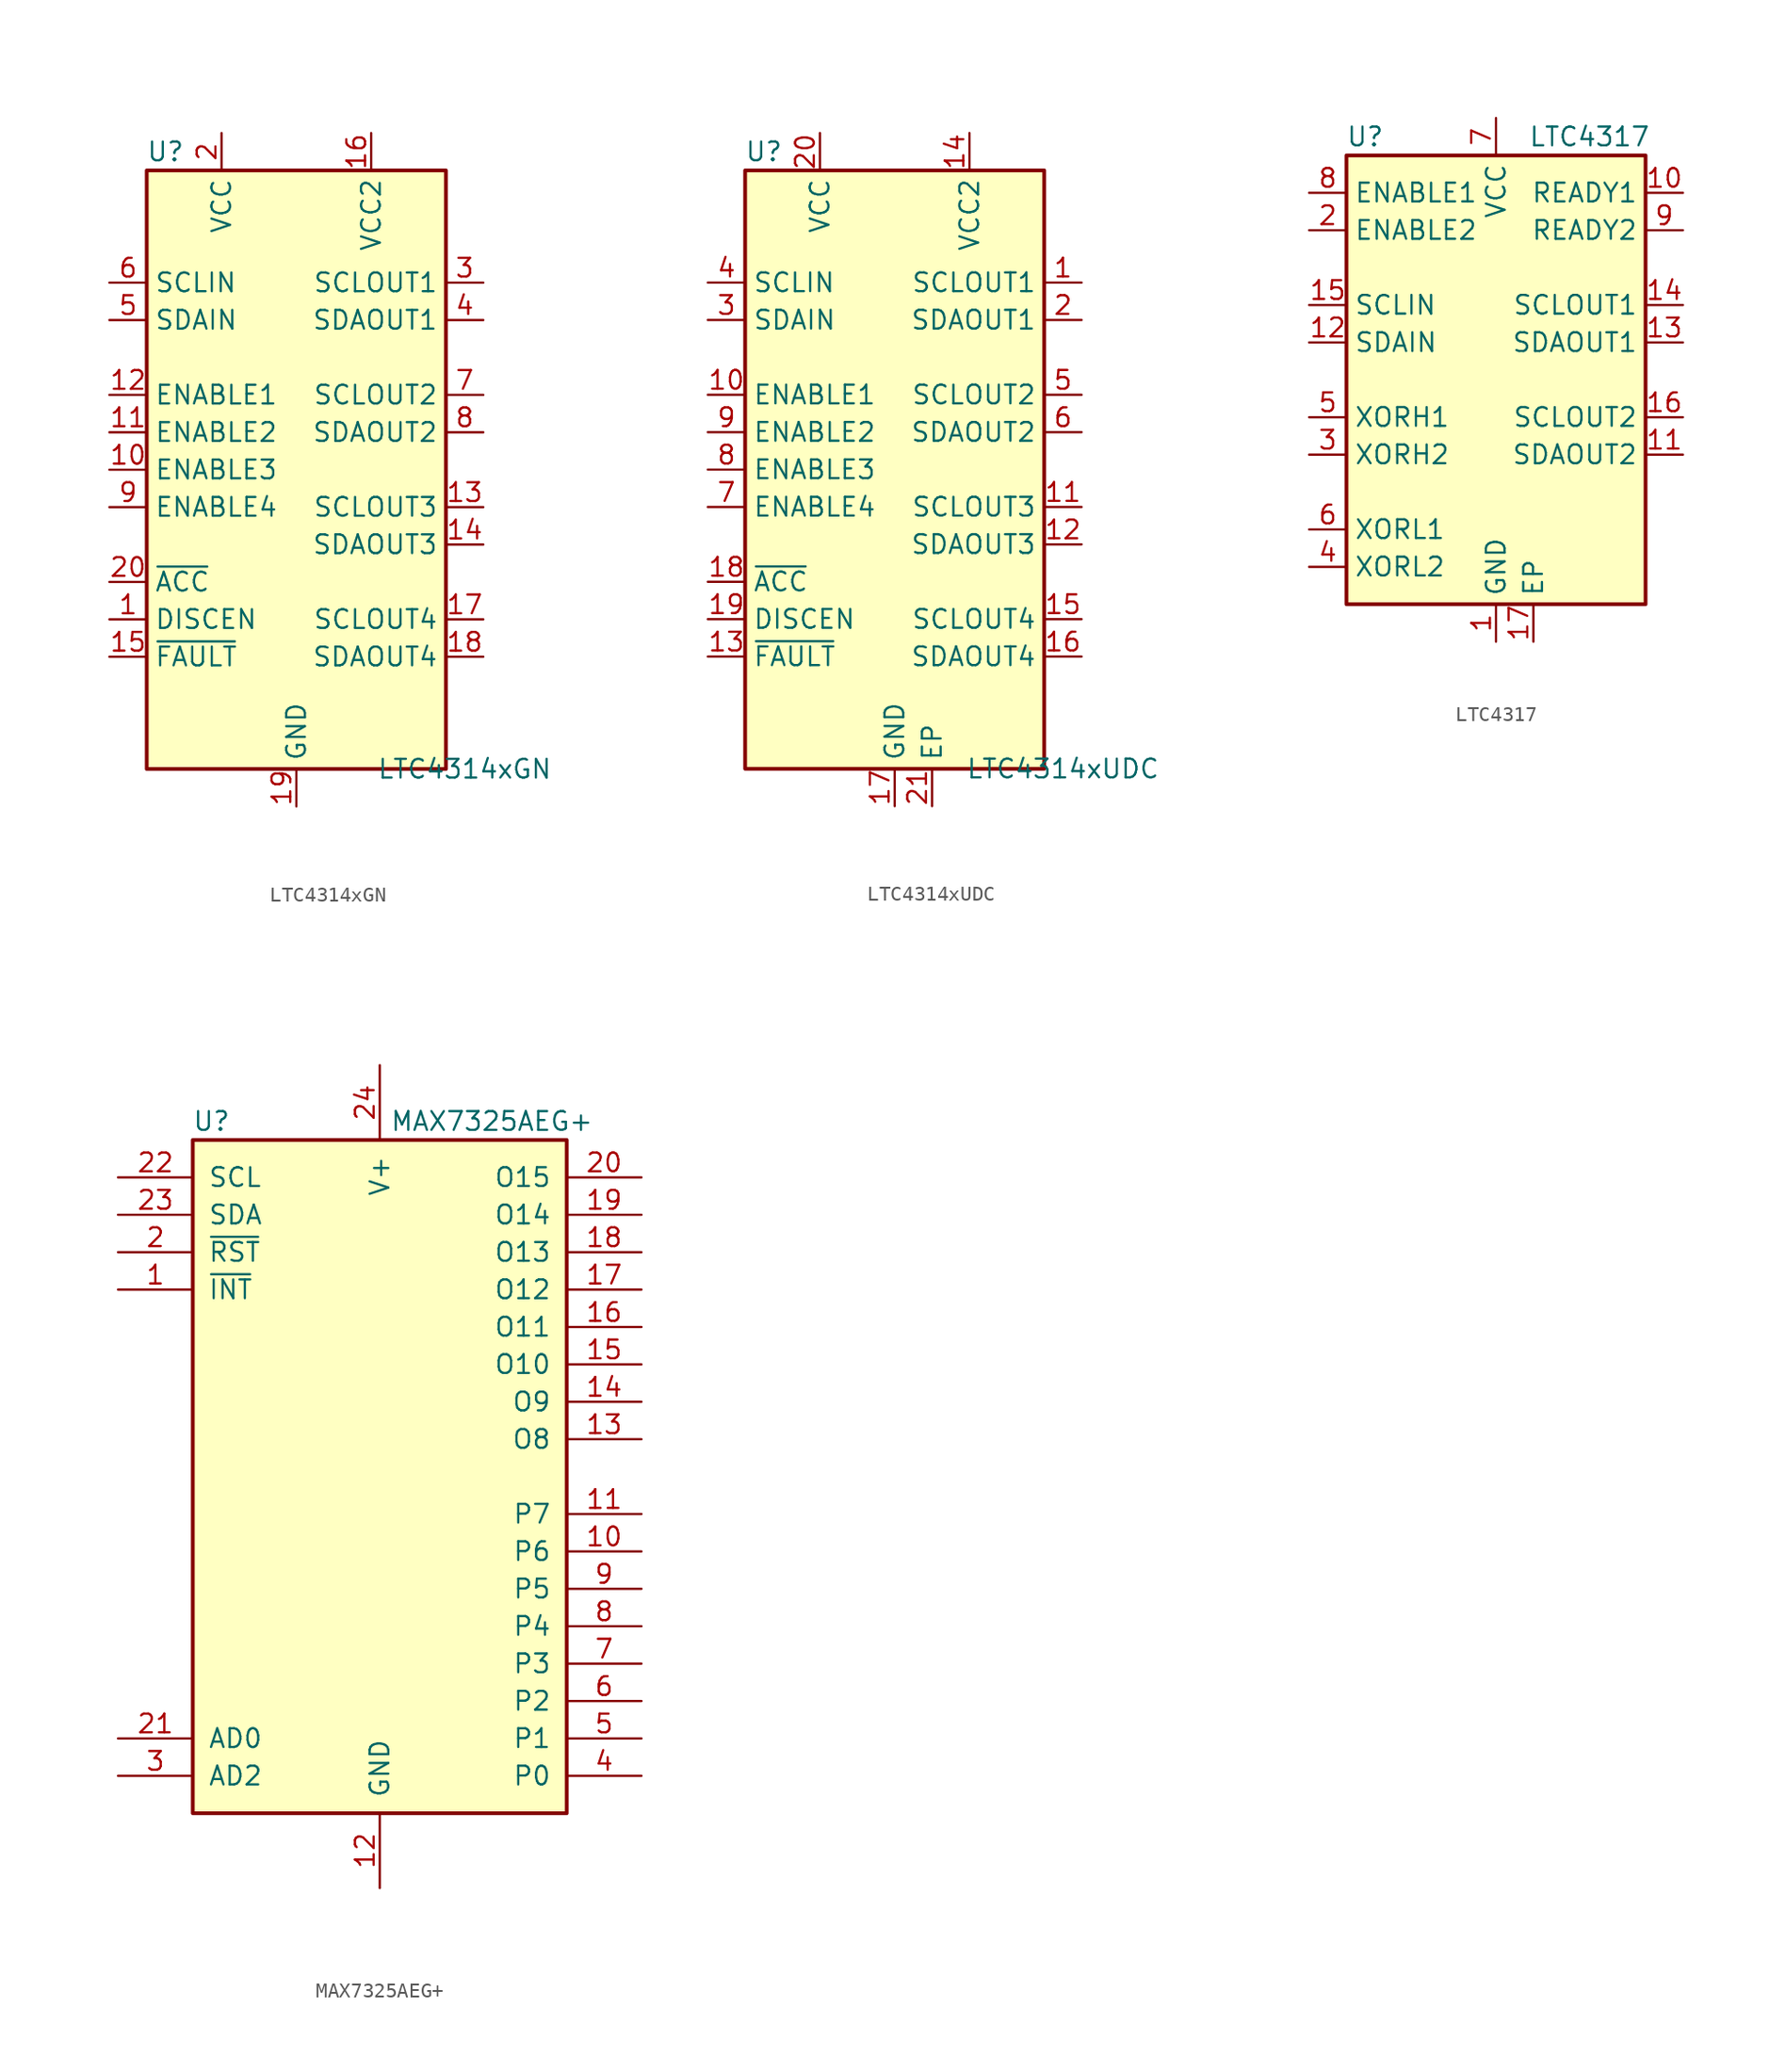
<source format=kicad_sym>
(kicad_symbol_lib
  (version 20201005)
  (generator kicad_symbol_editor)
  (symbol "Interface_Expansion:LTC4314xGN"
    (property "Reference" "U"
      (at -8.89 21.59 0)
      (effects (font (size 1.27 1.27))))
    (property "Value" "LTC4314xGN"
      (at 11.43 -20.32 0)
      (effects (font (size 1.27 1.27))))
    (symbol "LTC4314xGN_0_0"
      (pin bidirectional line (at 12.7 12.7 180) (length 2.54) (name "SCLOUT1" (effects (font (size 1.27 1.27)))) (number "3" (effects (font (size 1.27 1.27))))))
    (symbol "LTC4314xGN_0_1"
      (rectangle (start -10.16 20.32) (end 10.16 -20.32) (stroke (width 0.254)) (fill (type background))))
    (symbol "LTC4314xGN_1_1"
      (pin input line (at -12.7 -10.16 0) (length 2.54) (name "DISCEN" (effects (font (size 1.27 1.27)))) (number "1" (effects (font (size 1.27 1.27)))))
      (pin input line (at -12.7 0 0) (length 2.54) (name "ENABLE3" (effects (font (size 1.27 1.27)))) (number "10" (effects (font (size 1.27 1.27)))))
      (pin input line (at -12.7 2.54 0) (length 2.54) (name "ENABLE2" (effects (font (size 1.27 1.27)))) (number "11" (effects (font (size 1.27 1.27)))))
      (pin input line (at -12.7 5.08 0) (length 2.54) (name "ENABLE1" (effects (font (size 1.27 1.27)))) (number "12" (effects (font (size 1.27 1.27)))))
      (pin bidirectional line (at 12.7 -2.54 180) (length 2.54) (name "SCLOUT3" (effects (font (size 1.27 1.27)))) (number "13" (effects (font (size 1.27 1.27)))))
      (pin bidirectional line (at 12.7 -5.08 180) (length 2.54) (name "SDAOUT3" (effects (font (size 1.27 1.27)))) (number "14" (effects (font (size 1.27 1.27)))))
      (pin open_collector line (at -12.7 -12.7 0) (length 2.54) (name "~FAULT" (effects (font (size 1.27 1.27)))) (number "15" (effects (font (size 1.27 1.27)))))
      (pin power_in line (at 5.08 22.86 270) (length 2.54) (name "VCC2" (effects (font (size 1.27 1.27)))) (number "16" (effects (font (size 1.27 1.27)))))
      (pin bidirectional line (at 12.7 -10.16 180) (length 2.54) (name "SCLOUT4" (effects (font (size 1.27 1.27)))) (number "17" (effects (font (size 1.27 1.27)))))
      (pin bidirectional line (at 12.7 -12.7 180) (length 2.54) (name "SDAOUT4" (effects (font (size 1.27 1.27)))) (number "18" (effects (font (size 1.27 1.27)))))
      (pin power_in line (at 0 -22.86 90) (length 2.54) (name "GND" (effects (font (size 1.27 1.27)))) (number "19" (effects (font (size 1.27 1.27)))))
      (pin power_in line (at -5.08 22.86 270) (length 2.54) (name "VCC" (effects (font (size 1.27 1.27)))) (number "2" (effects (font (size 1.27 1.27)))))
      (pin input line (at -12.7 -7.62 0) (length 2.54) (name "~ACC" (effects (font (size 1.27 1.27)))) (number "20" (effects (font (size 1.27 1.27)))))
      (pin bidirectional line (at 12.7 10.16 180) (length 2.54) (name "SDAOUT1" (effects (font (size 1.27 1.27)))) (number "4" (effects (font (size 1.27 1.27)))))
      (pin bidirectional line (at -12.7 10.16 0) (length 2.54) (name "SDAIN" (effects (font (size 1.27 1.27)))) (number "5" (effects (font (size 1.27 1.27)))))
      (pin bidirectional line (at -12.7 12.7 0) (length 2.54) (name "SCLIN" (effects (font (size 1.27 1.27)))) (number "6" (effects (font (size 1.27 1.27)))))
      (pin bidirectional line (at 12.7 5.08 180) (length 2.54) (name "SCLOUT2" (effects (font (size 1.27 1.27)))) (number "7" (effects (font (size 1.27 1.27)))))
      (pin bidirectional line (at 12.7 2.54 180) (length 2.54) (name "SDAOUT2" (effects (font (size 1.27 1.27)))) (number "8" (effects (font (size 1.27 1.27)))))
      (pin input line (at -12.7 -2.54 0) (length 2.54) (name "ENABLE4" (effects (font (size 1.27 1.27)))) (number "9" (effects (font (size 1.27 1.27)))))))
  (symbol "Interface_Expansion:LTC4314xUDC"
    (property "Reference" "U"
      (at -8.89 21.59 0)
      (effects (font (size 1.27 1.27))))
    (property "Value" "LTC4314xUDC"
      (at 11.43 -20.32 0)
      (effects (font (size 1.27 1.27))))
    (symbol "LTC4314xUDC_0_0"
      (pin bidirectional line (at 12.7 12.7 180) (length 2.54) (name "SCLOUT1" (effects (font (size 1.27 1.27)))) (number "1" (effects (font (size 1.27 1.27))))))
    (symbol "LTC4314xUDC_0_1"
      (rectangle (start -10.16 20.32) (end 10.16 -20.32) (stroke (width 0.254)) (fill (type background))))
    (symbol "LTC4314xUDC_1_1"
      (pin input line (at -12.7 5.08 0) (length 2.54) (name "ENABLE1" (effects (font (size 1.27 1.27)))) (number "10" (effects (font (size 1.27 1.27)))))
      (pin bidirectional line (at 12.7 -2.54 180) (length 2.54) (name "SCLOUT3" (effects (font (size 1.27 1.27)))) (number "11" (effects (font (size 1.27 1.27)))))
      (pin bidirectional line (at 12.7 -5.08 180) (length 2.54) (name "SDAOUT3" (effects (font (size 1.27 1.27)))) (number "12" (effects (font (size 1.27 1.27)))))
      (pin open_collector line (at -12.7 -12.7 0) (length 2.54) (name "~FAULT" (effects (font (size 1.27 1.27)))) (number "13" (effects (font (size 1.27 1.27)))))
      (pin power_in line (at 5.08 22.86 270) (length 2.54) (name "VCC2" (effects (font (size 1.27 1.27)))) (number "14" (effects (font (size 1.27 1.27)))))
      (pin bidirectional line (at 12.7 -10.16 180) (length 2.54) (name "SCLOUT4" (effects (font (size 1.27 1.27)))) (number "15" (effects (font (size 1.27 1.27)))))
      (pin bidirectional line (at 12.7 -12.7 180) (length 2.54) (name "SDAOUT4" (effects (font (size 1.27 1.27)))) (number "16" (effects (font (size 1.27 1.27)))))
      (pin power_in line (at 0 -22.86 90) (length 2.54) (name "GND" (effects (font (size 1.27 1.27)))) (number "17" (effects (font (size 1.27 1.27)))))
      (pin input line (at -12.7 -7.62 0) (length 2.54) (name "~ACC" (effects (font (size 1.27 1.27)))) (number "18" (effects (font (size 1.27 1.27)))))
      (pin input line (at -12.7 -10.16 0) (length 2.54) (name "DISCEN" (effects (font (size 1.27 1.27)))) (number "19" (effects (font (size 1.27 1.27)))))
      (pin bidirectional line (at 12.7 10.16 180) (length 2.54) (name "SDAOUT1" (effects (font (size 1.27 1.27)))) (number "2" (effects (font (size 1.27 1.27)))))
      (pin power_in line (at -5.08 22.86 270) (length 2.54) (name "VCC" (effects (font (size 1.27 1.27)))) (number "20" (effects (font (size 1.27 1.27)))))
      (pin passive line (at 2.54 -22.86 90) (length 2.54) (name "EP" (effects (font (size 1.27 1.27)))) (number "21" (effects (font (size 1.27 1.27)))))
      (pin bidirectional line (at -12.7 10.16 0) (length 2.54) (name "SDAIN" (effects (font (size 1.27 1.27)))) (number "3" (effects (font (size 1.27 1.27)))))
      (pin bidirectional line (at -12.7 12.7 0) (length 2.54) (name "SCLIN" (effects (font (size 1.27 1.27)))) (number "4" (effects (font (size 1.27 1.27)))))
      (pin bidirectional line (at 12.7 5.08 180) (length 2.54) (name "SCLOUT2" (effects (font (size 1.27 1.27)))) (number "5" (effects (font (size 1.27 1.27)))))
      (pin bidirectional line (at 12.7 2.54 180) (length 2.54) (name "SDAOUT2" (effects (font (size 1.27 1.27)))) (number "6" (effects (font (size 1.27 1.27)))))
      (pin input line (at -12.7 -2.54 0) (length 2.54) (name "ENABLE4" (effects (font (size 1.27 1.27)))) (number "7" (effects (font (size 1.27 1.27)))))
      (pin input line (at -12.7 0 0) (length 2.54) (name "ENABLE3" (effects (font (size 1.27 1.27)))) (number "8" (effects (font (size 1.27 1.27)))))
      (pin input line (at -12.7 2.54 0) (length 2.54) (name "ENABLE2" (effects (font (size 1.27 1.27)))) (number "9" (effects (font (size 1.27 1.27)))))))
  (symbol "Interface_Expansion:LTC4317"
    (property "Reference" "U"
      (at -8.89 16.51 0)
      (effects (font (size 1.27 1.27))))
    (property "Value" "LTC4317"
      (at 6.35 16.51 0)
      (effects (font (size 1.27 1.27))))
    (symbol "LTC4317_0_1"
      (rectangle (start -10.16 15.24) (end 10.16 -15.24) (stroke (width 0.254)) (fill (type background))))
    (symbol "LTC4317_1_1"
      (pin power_in line (at 0 -17.78 90) (length 2.54) (name "GND" (effects (font (size 1.27 1.27)))) (number "1" (effects (font (size 1.27 1.27)))))
      (pin open_collector line (at 12.7 12.7 180) (length 2.54) (name "READY1" (effects (font (size 1.27 1.27)))) (number "10" (effects (font (size 1.27 1.27)))))
      (pin bidirectional line (at 12.7 -5.08 180) (length 2.54) (name "SDAOUT2" (effects (font (size 1.27 1.27)))) (number "11" (effects (font (size 1.27 1.27)))))
      (pin bidirectional line (at -12.7 2.54 0) (length 2.54) (name "SDAIN" (effects (font (size 1.27 1.27)))) (number "12" (effects (font (size 1.27 1.27)))))
      (pin bidirectional line (at 12.7 2.54 180) (length 2.54) (name "SDAOUT1" (effects (font (size 1.27 1.27)))) (number "13" (effects (font (size 1.27 1.27)))))
      (pin output line (at 12.7 5.08 180) (length 2.54) (name "SCLOUT1" (effects (font (size 1.27 1.27)))) (number "14" (effects (font (size 1.27 1.27)))))
      (pin input line (at -12.7 5.08 0) (length 2.54) (name "SCLIN" (effects (font (size 1.27 1.27)))) (number "15" (effects (font (size 1.27 1.27)))))
      (pin output line (at 12.7 -2.54 180) (length 2.54) (name "SCLOUT2" (effects (font (size 1.27 1.27)))) (number "16" (effects (font (size 1.27 1.27)))))
      (pin passive line (at 2.54 -17.78 90) (length 2.54) (name "EP" (effects (font (size 1.27 1.27)))) (number "17" (effects (font (size 1.27 1.27)))))
      (pin input line (at -12.7 10.16 0) (length 2.54) (name "ENABLE2" (effects (font (size 1.27 1.27)))) (number "2" (effects (font (size 1.27 1.27)))))
      (pin input line (at -12.7 -5.08 0) (length 2.54) (name "XORH2" (effects (font (size 1.27 1.27)))) (number "3" (effects (font (size 1.27 1.27)))))
      (pin input line (at -12.7 -12.7 0) (length 2.54) (name "XORL2" (effects (font (size 1.27 1.27)))) (number "4" (effects (font (size 1.27 1.27)))))
      (pin input line (at -12.7 -2.54 0) (length 2.54) (name "XORH1" (effects (font (size 1.27 1.27)))) (number "5" (effects (font (size 1.27 1.27)))))
      (pin input line (at -12.7 -10.16 0) (length 2.54) (name "XORL1" (effects (font (size 1.27 1.27)))) (number "6" (effects (font (size 1.27 1.27)))))
      (pin power_in line (at 0 17.78 270) (length 2.54) (name "VCC" (effects (font (size 1.27 1.27)))) (number "7" (effects (font (size 1.27 1.27)))))
      (pin input line (at -12.7 12.7 0) (length 2.54) (name "ENABLE1" (effects (font (size 1.27 1.27)))) (number "8" (effects (font (size 1.27 1.27)))))
      (pin open_collector line (at 12.7 10.16 180) (length 2.54) (name "READY2" (effects (font (size 1.27 1.27)))) (number "9" (effects (font (size 1.27 1.27)))))))
  (symbol "Interface_Expansion:MAX7325AEG+"
    (pin_names
      (offset 1.016))
    (property "Reference" "U"
      (at -11.43 24.13 0)
      (effects (font (size 1.27 1.27))))
    (property "Value" "MAX7325AEG+"
      (at 7.62 24.13 0)
      (effects (font (size 1.27 1.27))))
    (symbol "MAX7325AEG+_0_1"
      (rectangle (start -12.7 22.86) (end 12.7 -22.86) (stroke (width 0.254)) (fill (type background))))
    (symbol "MAX7325AEG+_1_1"
      (pin open_collector line (at -17.78 12.7 0) (length 5.08) (name "~INT" (effects (font (size 1.27 1.27)))) (number "1" (effects (font (size 1.27 1.27)))))
      (pin bidirectional line (at 17.78 -5.08 180) (length 5.08) (name "P6" (effects (font (size 1.27 1.27)))) (number "10" (effects (font (size 1.27 1.27)))))
      (pin bidirectional line (at 17.78 -2.54 180) (length 5.08) (name "P7" (effects (font (size 1.27 1.27)))) (number "11" (effects (font (size 1.27 1.27)))))
      (pin power_in line (at 0 -27.94 90) (length 5.08) (name "GND" (effects (font (size 1.27 1.27)))) (number "12" (effects (font (size 1.27 1.27)))))
      (pin open_collector line (at 17.78 2.54 180) (length 5.08) (name "O8" (effects (font (size 1.27 1.27)))) (number "13" (effects (font (size 1.27 1.27)))))
      (pin open_collector line (at 17.78 5.08 180) (length 5.08) (name "O9" (effects (font (size 1.27 1.27)))) (number "14" (effects (font (size 1.27 1.27)))))
      (pin open_collector line (at 17.78 7.62 180) (length 5.08) (name "O10" (effects (font (size 1.27 1.27)))) (number "15" (effects (font (size 1.27 1.27)))))
      (pin open_collector line (at 17.78 10.16 180) (length 5.08) (name "O11" (effects (font (size 1.27 1.27)))) (number "16" (effects (font (size 1.27 1.27)))))
      (pin open_collector line (at 17.78 12.7 180) (length 5.08) (name "O12" (effects (font (size 1.27 1.27)))) (number "17" (effects (font (size 1.27 1.27)))))
      (pin open_collector line (at 17.78 15.24 180) (length 5.08) (name "O13" (effects (font (size 1.27 1.27)))) (number "18" (effects (font (size 1.27 1.27)))))
      (pin open_collector line (at 17.78 17.78 180) (length 5.08) (name "O14" (effects (font (size 1.27 1.27)))) (number "19" (effects (font (size 1.27 1.27)))))
      (pin input line (at -17.78 15.24 0) (length 5.08) (name "~RST" (effects (font (size 1.27 1.27)))) (number "2" (effects (font (size 1.27 1.27)))))
      (pin open_collector line (at 17.78 20.32 180) (length 5.08) (name "O15" (effects (font (size 1.27 1.27)))) (number "20" (effects (font (size 1.27 1.27)))))
      (pin input line (at -17.78 -17.78 0) (length 5.08) (name "AD0" (effects (font (size 1.27 1.27)))) (number "21" (effects (font (size 1.27 1.27)))))
      (pin input line (at -17.78 20.32 0) (length 5.08) (name "SCL" (effects (font (size 1.27 1.27)))) (number "22" (effects (font (size 1.27 1.27)))))
      (pin bidirectional line (at -17.78 17.78 0) (length 5.08) (name "SDA" (effects (font (size 1.27 1.27)))) (number "23" (effects (font (size 1.27 1.27)))))
      (pin power_in line (at 0 27.94 270) (length 5.08) (name "V+" (effects (font (size 1.27 1.27)))) (number "24" (effects (font (size 1.27 1.27)))))
      (pin input line (at -17.78 -20.32 0) (length 5.08) (name "AD2" (effects (font (size 1.27 1.27)))) (number "3" (effects (font (size 1.27 1.27)))))
      (pin bidirectional line (at 17.78 -20.32 180) (length 5.08) (name "P0" (effects (font (size 1.27 1.27)))) (number "4" (effects (font (size 1.27 1.27)))))
      (pin bidirectional line (at 17.78 -17.78 180) (length 5.08) (name "P1" (effects (font (size 1.27 1.27)))) (number "5" (effects (font (size 1.27 1.27)))))
      (pin bidirectional line (at 17.78 -15.24 180) (length 5.08) (name "P2" (effects (font (size 1.27 1.27)))) (number "6" (effects (font (size 1.27 1.27)))))
      (pin bidirectional line (at 17.78 -12.7 180) (length 5.08) (name "P3" (effects (font (size 1.27 1.27)))) (number "7" (effects (font (size 1.27 1.27)))))
      (pin bidirectional line (at 17.78 -10.16 180) (length 5.08) (name "P4" (effects (font (size 1.27 1.27)))) (number "8" (effects (font (size 1.27 1.27)))))
      (pin bidirectional line (at 17.78 -7.62 180) (length 5.08) (name "P5" (effects (font (size 1.27 1.27)))) (number "9" (effects (font (size 1.27 1.27))))))))
</source>
